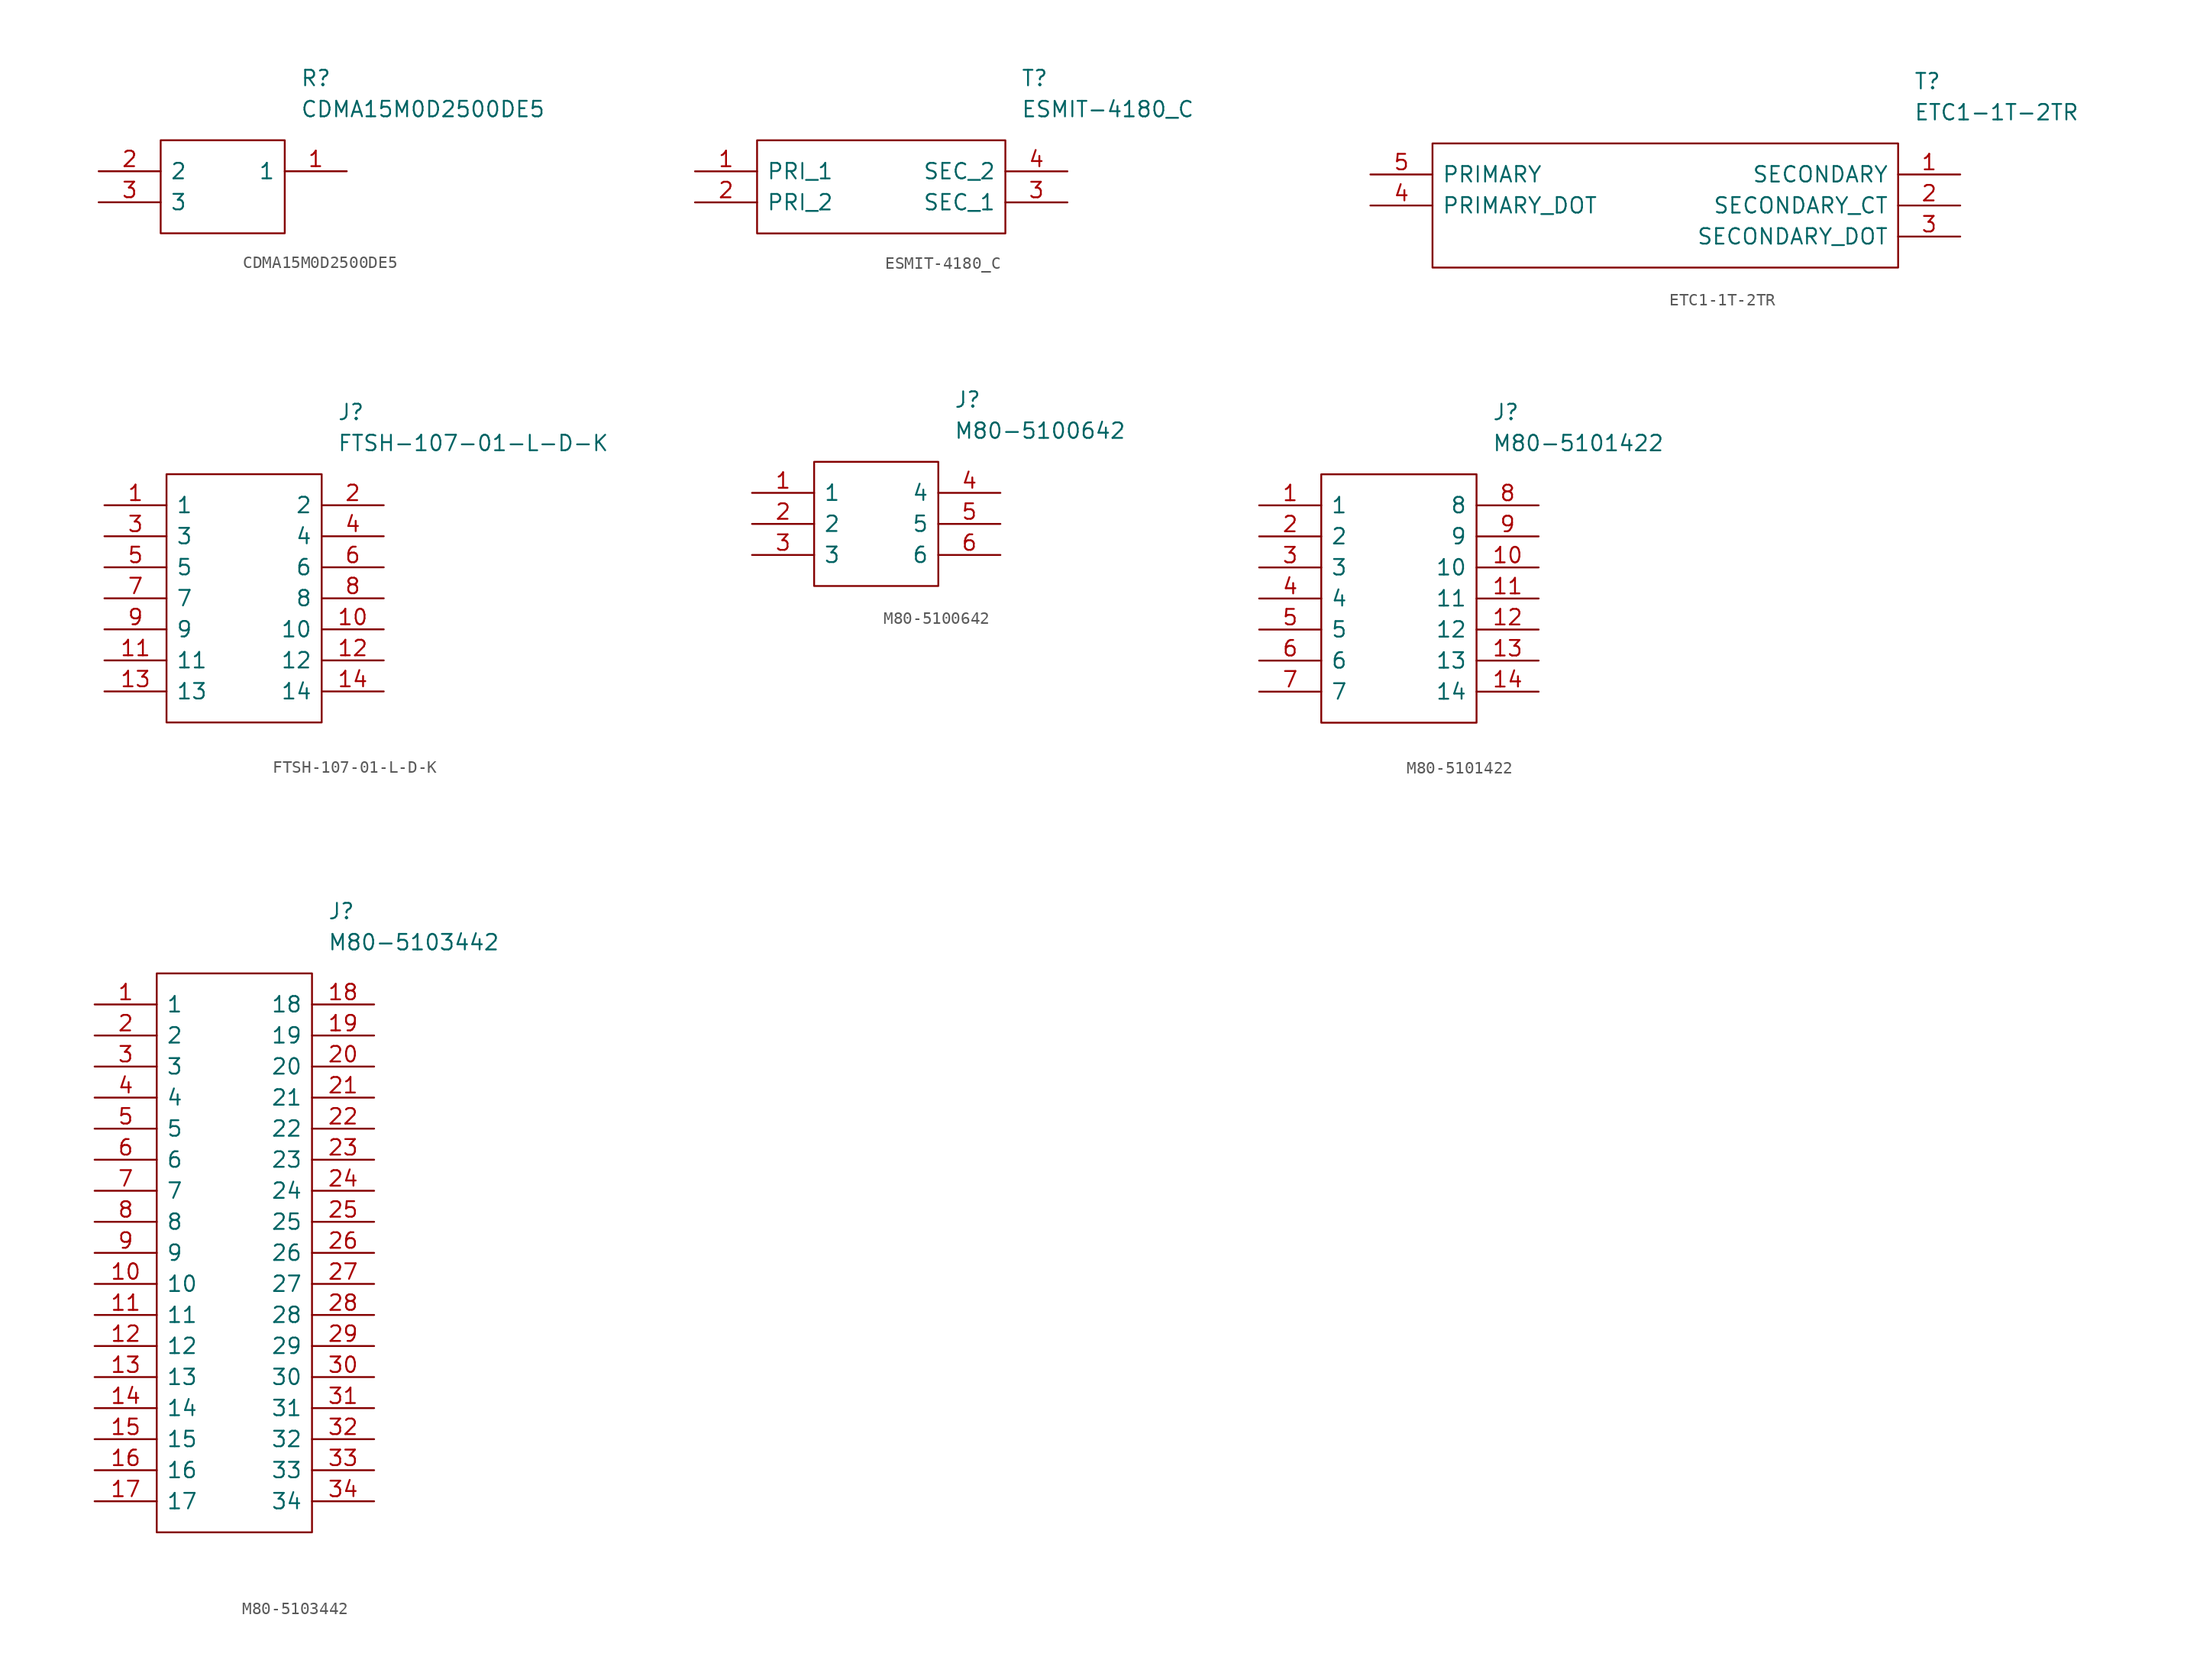
<source format=kicad_sym>
(kicad_symbol_lib
  (version 20241209)
  (generator "kicad_symbol_editor")
  (generator_version "9.0")
  (symbol "CDMA15M0D2500DE5"
    (pin_names
      (offset 0.762))
    (property "Reference" "R"
      (at 16.51 7.62 0)
      (effects (font (size 1.27 1.27)) (justify left)))
    (property "Value" "CDMA15M0D2500DE5"
      (at 16.51 5.08 0)
      (effects (font (size 1.27 1.27)) (justify left)))
    (symbol "CDMA15M0D2500DE5_0_0"
      (pin passive line (at 0 0 0) (length 5.08) (name "2" (effects (font (size 1.27 1.27)))) (number "2" (effects (font (size 1.27 1.27)))))
      (pin passive line (at 0 -2.54 0) (length 5.08) (name "3" (effects (font (size 1.27 1.27)))) (number "3" (effects (font (size 1.27 1.27)))))
      (pin passive line (at 20.32 0 180) (length 5.08) (name "1" (effects (font (size 1.27 1.27)))) (number "1" (effects (font (size 1.27 1.27))))))
    (symbol "CDMA15M0D2500DE5_0_1"
      (polyline (pts (xy 5.08 2.54) (xy 15.24 2.54) (xy 15.24 -5.08) (xy 5.08 -5.08) (xy 5.08 2.54)) (stroke (width 0.152) (type solid)) (fill (type none)))))
  (symbol "ESMIT-4180_C"
    (pin_names
      (offset 0.762))
    (property "Reference" "T"
      (at 26.67 7.62 0)
      (effects (font (size 1.27 1.27)) (justify left)))
    (property "Value" "ESMIT-4180_C"
      (at 26.67 5.08 0)
      (effects (font (size 1.27 1.27)) (justify left)))
    (symbol "ESMIT-4180_C_0_0"
      (pin passive line (at 0 0 0) (length 5.08) (name "PRI_1" (effects (font (size 1.27 1.27)))) (number "1" (effects (font (size 1.27 1.27)))))
      (pin passive line (at 0 -2.54 0) (length 5.08) (name "PRI_2" (effects (font (size 1.27 1.27)))) (number "2" (effects (font (size 1.27 1.27)))))
      (pin passive line (at 30.48 0 180) (length 5.08) (name "SEC_2" (effects (font (size 1.27 1.27)))) (number "4" (effects (font (size 1.27 1.27)))))
      (pin passive line (at 30.48 -2.54 180) (length 5.08) (name "SEC_1" (effects (font (size 1.27 1.27)))) (number "3" (effects (font (size 1.27 1.27))))))
    (symbol "ESMIT-4180_C_0_1"
      (polyline (pts (xy 5.08 2.54) (xy 25.4 2.54) (xy 25.4 -5.08) (xy 5.08 -5.08) (xy 5.08 2.54)) (stroke (width 0.152) (type solid)) (fill (type none)))))
  (symbol "ETC1-1T-2TR"
    (pin_names
      (offset 0.762))
    (property "Reference" "T"
      (at 44.45 7.62 0)
      (effects (font (size 1.27 1.27)) (justify left)))
    (property "Value" "ETC1-1T-2TR"
      (at 44.45 5.08 0)
      (effects (font (size 1.27 1.27)) (justify left)))
    (symbol "ETC1-1T-2TR_0_0"
      (pin passive line (at 0 0 0) (length 5.08) (name "PRIMARY" (effects (font (size 1.27 1.27)))) (number "5" (effects (font (size 1.27 1.27)))))
      (pin passive line (at 0 -2.54 0) (length 5.08) (name "PRIMARY_DOT" (effects (font (size 1.27 1.27)))) (number "4" (effects (font (size 1.27 1.27)))))
      (pin passive line (at 48.26 0 180) (length 5.08) (name "SECONDARY" (effects (font (size 1.27 1.27)))) (number "1" (effects (font (size 1.27 1.27)))))
      (pin passive line (at 48.26 -2.54 180) (length 5.08) (name "SECONDARY_CT" (effects (font (size 1.27 1.27)))) (number "2" (effects (font (size 1.27 1.27)))))
      (pin passive line (at 48.26 -5.08 180) (length 5.08) (name "SECONDARY_DOT" (effects (font (size 1.27 1.27)))) (number "3" (effects (font (size 1.27 1.27))))))
    (symbol "ETC1-1T-2TR_0_1"
      (polyline (pts (xy 5.08 2.54) (xy 43.18 2.54) (xy 43.18 -7.62) (xy 5.08 -7.62) (xy 5.08 2.54)) (stroke (width 0.152) (type solid)) (fill (type none)))))
  (symbol "FTSH-107-01-L-D-K"
    (pin_names
      (offset 0.762))
    (property "Reference" "J"
      (at 19.05 7.62 0)
      (effects (font (size 1.27 1.27)) (justify left)))
    (property "Value" "FTSH-107-01-L-D-K"
      (at 19.05 5.08 0)
      (effects (font (size 1.27 1.27)) (justify left)))
    (symbol "FTSH-107-01-L-D-K_0_0"
      (pin passive line (at 0 0 0) (length 5.08) (name "1" (effects (font (size 1.27 1.27)))) (number "1" (effects (font (size 1.27 1.27)))))
      (pin passive line (at 0 -2.54 0) (length 5.08) (name "3" (effects (font (size 1.27 1.27)))) (number "3" (effects (font (size 1.27 1.27)))))
      (pin passive line (at 0 -5.08 0) (length 5.08) (name "5" (effects (font (size 1.27 1.27)))) (number "5" (effects (font (size 1.27 1.27)))))
      (pin passive line (at 0 -7.62 0) (length 5.08) (name "7" (effects (font (size 1.27 1.27)))) (number "7" (effects (font (size 1.27 1.27)))))
      (pin passive line (at 0 -10.16 0) (length 5.08) (name "9" (effects (font (size 1.27 1.27)))) (number "9" (effects (font (size 1.27 1.27)))))
      (pin passive line (at 0 -12.7 0) (length 5.08) (name "11" (effects (font (size 1.27 1.27)))) (number "11" (effects (font (size 1.27 1.27)))))
      (pin passive line (at 0 -15.24 0) (length 5.08) (name "13" (effects (font (size 1.27 1.27)))) (number "13" (effects (font (size 1.27 1.27)))))
      (pin passive line (at 22.86 0 180) (length 5.08) (name "2" (effects (font (size 1.27 1.27)))) (number "2" (effects (font (size 1.27 1.27)))))
      (pin passive line (at 22.86 -2.54 180) (length 5.08) (name "4" (effects (font (size 1.27 1.27)))) (number "4" (effects (font (size 1.27 1.27)))))
      (pin passive line (at 22.86 -5.08 180) (length 5.08) (name "6" (effects (font (size 1.27 1.27)))) (number "6" (effects (font (size 1.27 1.27)))))
      (pin passive line (at 22.86 -7.62 180) (length 5.08) (name "8" (effects (font (size 1.27 1.27)))) (number "8" (effects (font (size 1.27 1.27)))))
      (pin passive line (at 22.86 -10.16 180) (length 5.08) (name "10" (effects (font (size 1.27 1.27)))) (number "10" (effects (font (size 1.27 1.27)))))
      (pin passive line (at 22.86 -12.7 180) (length 5.08) (name "12" (effects (font (size 1.27 1.27)))) (number "12" (effects (font (size 1.27 1.27)))))
      (pin passive line (at 22.86 -15.24 180) (length 5.08) (name "14" (effects (font (size 1.27 1.27)))) (number "14" (effects (font (size 1.27 1.27))))))
    (symbol "FTSH-107-01-L-D-K_0_1"
      (polyline (pts (xy 5.08 2.54) (xy 17.78 2.54) (xy 17.78 -17.78) (xy 5.08 -17.78) (xy 5.08 2.54)) (stroke (width 0.152) (type solid)) (fill (type none)))))
  (symbol "M80-5100642"
    (pin_names
      (offset 0.762))
    (property "Reference" "J"
      (at 16.51 7.62 0)
      (effects (font (size 1.27 1.27)) (justify left)))
    (property "Value" "M80-5100642"
      (at 16.51 5.08 0)
      (effects (font (size 1.27 1.27)) (justify left)))
    (symbol "M80-5100642_0_0"
      (pin passive line (at 0 0 0) (length 5.08) (name "1" (effects (font (size 1.27 1.27)))) (number "1" (effects (font (size 1.27 1.27)))))
      (pin passive line (at 0 -2.54 0) (length 5.08) (name "2" (effects (font (size 1.27 1.27)))) (number "2" (effects (font (size 1.27 1.27)))))
      (pin passive line (at 0 -5.08 0) (length 5.08) (name "3" (effects (font (size 1.27 1.27)))) (number "3" (effects (font (size 1.27 1.27)))))
      (pin passive line (at 20.32 0 180) (length 5.08) (name "4" (effects (font (size 1.27 1.27)))) (number "4" (effects (font (size 1.27 1.27)))))
      (pin passive line (at 20.32 -2.54 180) (length 5.08) (name "5" (effects (font (size 1.27 1.27)))) (number "5" (effects (font (size 1.27 1.27)))))
      (pin passive line (at 20.32 -5.08 180) (length 5.08) (name "6" (effects (font (size 1.27 1.27)))) (number "6" (effects (font (size 1.27 1.27))))))
    (symbol "M80-5100642_0_1"
      (polyline (pts (xy 5.08 2.54) (xy 15.24 2.54) (xy 15.24 -7.62) (xy 5.08 -7.62) (xy 5.08 2.54)) (stroke (width 0.152) (type solid)) (fill (type none)))))
  (symbol "M80-5101422"
    (pin_names
      (offset 0.762))
    (property "Reference" "J"
      (at 19.05 7.62 0)
      (effects (font (size 1.27 1.27)) (justify left)))
    (property "Value" "M80-5101422"
      (at 19.05 5.08 0)
      (effects (font (size 1.27 1.27)) (justify left)))
    (symbol "M80-5101422_0_0"
      (pin passive line (at 0 0 0) (length 5.08) (name "1" (effects (font (size 1.27 1.27)))) (number "1" (effects (font (size 1.27 1.27)))))
      (pin passive line (at 0 -2.54 0) (length 5.08) (name "2" (effects (font (size 1.27 1.27)))) (number "2" (effects (font (size 1.27 1.27)))))
      (pin passive line (at 0 -5.08 0) (length 5.08) (name "3" (effects (font (size 1.27 1.27)))) (number "3" (effects (font (size 1.27 1.27)))))
      (pin passive line (at 0 -7.62 0) (length 5.08) (name "4" (effects (font (size 1.27 1.27)))) (number "4" (effects (font (size 1.27 1.27)))))
      (pin passive line (at 0 -10.16 0) (length 5.08) (name "5" (effects (font (size 1.27 1.27)))) (number "5" (effects (font (size 1.27 1.27)))))
      (pin passive line (at 0 -12.7 0) (length 5.08) (name "6" (effects (font (size 1.27 1.27)))) (number "6" (effects (font (size 1.27 1.27)))))
      (pin passive line (at 0 -15.24 0) (length 5.08) (name "7" (effects (font (size 1.27 1.27)))) (number "7" (effects (font (size 1.27 1.27)))))
      (pin passive line (at 22.86 0 180) (length 5.08) (name "8" (effects (font (size 1.27 1.27)))) (number "8" (effects (font (size 1.27 1.27)))))
      (pin passive line (at 22.86 -2.54 180) (length 5.08) (name "9" (effects (font (size 1.27 1.27)))) (number "9" (effects (font (size 1.27 1.27)))))
      (pin passive line (at 22.86 -5.08 180) (length 5.08) (name "10" (effects (font (size 1.27 1.27)))) (number "10" (effects (font (size 1.27 1.27)))))
      (pin passive line (at 22.86 -7.62 180) (length 5.08) (name "11" (effects (font (size 1.27 1.27)))) (number "11" (effects (font (size 1.27 1.27)))))
      (pin passive line (at 22.86 -10.16 180) (length 5.08) (name "12" (effects (font (size 1.27 1.27)))) (number "12" (effects (font (size 1.27 1.27)))))
      (pin passive line (at 22.86 -12.7 180) (length 5.08) (name "13" (effects (font (size 1.27 1.27)))) (number "13" (effects (font (size 1.27 1.27)))))
      (pin passive line (at 22.86 -15.24 180) (length 5.08) (name "14" (effects (font (size 1.27 1.27)))) (number "14" (effects (font (size 1.27 1.27))))))
    (symbol "M80-5101422_0_1"
      (polyline (pts (xy 5.08 2.54) (xy 17.78 2.54) (xy 17.78 -17.78) (xy 5.08 -17.78) (xy 5.08 2.54)) (stroke (width 0.152) (type solid)) (fill (type none)))))
  (symbol "M80-5103442"
    (pin_names
      (offset 0.762))
    (property "Reference" "J"
      (at 19.05 7.62 0)
      (effects (font (size 1.27 1.27)) (justify left)))
    (property "Value" "M80-5103442"
      (at 19.05 5.08 0)
      (effects (font (size 1.27 1.27)) (justify left)))
    (symbol "M80-5103442_0_0"
      (pin passive line (at 0 0 0) (length 5.08) (name "1" (effects (font (size 1.27 1.27)))) (number "1" (effects (font (size 1.27 1.27)))))
      (pin passive line (at 0 -2.54 0) (length 5.08) (name "2" (effects (font (size 1.27 1.27)))) (number "2" (effects (font (size 1.27 1.27)))))
      (pin passive line (at 0 -5.08 0) (length 5.08) (name "3" (effects (font (size 1.27 1.27)))) (number "3" (effects (font (size 1.27 1.27)))))
      (pin passive line (at 0 -7.62 0) (length 5.08) (name "4" (effects (font (size 1.27 1.27)))) (number "4" (effects (font (size 1.27 1.27)))))
      (pin passive line (at 0 -10.16 0) (length 5.08) (name "5" (effects (font (size 1.27 1.27)))) (number "5" (effects (font (size 1.27 1.27)))))
      (pin passive line (at 0 -12.7 0) (length 5.08) (name "6" (effects (font (size 1.27 1.27)))) (number "6" (effects (font (size 1.27 1.27)))))
      (pin passive line (at 0 -15.24 0) (length 5.08) (name "7" (effects (font (size 1.27 1.27)))) (number "7" (effects (font (size 1.27 1.27)))))
      (pin passive line (at 0 -17.78 0) (length 5.08) (name "8" (effects (font (size 1.27 1.27)))) (number "8" (effects (font (size 1.27 1.27)))))
      (pin passive line (at 0 -20.32 0) (length 5.08) (name "9" (effects (font (size 1.27 1.27)))) (number "9" (effects (font (size 1.27 1.27)))))
      (pin passive line (at 0 -22.86 0) (length 5.08) (name "10" (effects (font (size 1.27 1.27)))) (number "10" (effects (font (size 1.27 1.27)))))
      (pin passive line (at 0 -25.4 0) (length 5.08) (name "11" (effects (font (size 1.27 1.27)))) (number "11" (effects (font (size 1.27 1.27)))))
      (pin passive line (at 0 -27.94 0) (length 5.08) (name "12" (effects (font (size 1.27 1.27)))) (number "12" (effects (font (size 1.27 1.27)))))
      (pin passive line (at 0 -30.48 0) (length 5.08) (name "13" (effects (font (size 1.27 1.27)))) (number "13" (effects (font (size 1.27 1.27)))))
      (pin passive line (at 0 -33.02 0) (length 5.08) (name "14" (effects (font (size 1.27 1.27)))) (number "14" (effects (font (size 1.27 1.27)))))
      (pin passive line (at 0 -35.56 0) (length 5.08) (name "15" (effects (font (size 1.27 1.27)))) (number "15" (effects (font (size 1.27 1.27)))))
      (pin passive line (at 0 -38.1 0) (length 5.08) (name "16" (effects (font (size 1.27 1.27)))) (number "16" (effects (font (size 1.27 1.27)))))
      (pin passive line (at 0 -40.64 0) (length 5.08) (name "17" (effects (font (size 1.27 1.27)))) (number "17" (effects (font (size 1.27 1.27)))))
      (pin passive line (at 22.86 0 180) (length 5.08) (name "18" (effects (font (size 1.27 1.27)))) (number "18" (effects (font (size 1.27 1.27)))))
      (pin passive line (at 22.86 -2.54 180) (length 5.08) (name "19" (effects (font (size 1.27 1.27)))) (number "19" (effects (font (size 1.27 1.27)))))
      (pin passive line (at 22.86 -5.08 180) (length 5.08) (name "20" (effects (font (size 1.27 1.27)))) (number "20" (effects (font (size 1.27 1.27)))))
      (pin passive line (at 22.86 -7.62 180) (length 5.08) (name "21" (effects (font (size 1.27 1.27)))) (number "21" (effects (font (size 1.27 1.27)))))
      (pin passive line (at 22.86 -10.16 180) (length 5.08) (name "22" (effects (font (size 1.27 1.27)))) (number "22" (effects (font (size 1.27 1.27)))))
      (pin passive line (at 22.86 -12.7 180) (length 5.08) (name "23" (effects (font (size 1.27 1.27)))) (number "23" (effects (font (size 1.27 1.27)))))
      (pin passive line (at 22.86 -15.24 180) (length 5.08) (name "24" (effects (font (size 1.27 1.27)))) (number "24" (effects (font (size 1.27 1.27)))))
      (pin passive line (at 22.86 -17.78 180) (length 5.08) (name "25" (effects (font (size 1.27 1.27)))) (number "25" (effects (font (size 1.27 1.27)))))
      (pin passive line (at 22.86 -20.32 180) (length 5.08) (name "26" (effects (font (size 1.27 1.27)))) (number "26" (effects (font (size 1.27 1.27)))))
      (pin passive line (at 22.86 -22.86 180) (length 5.08) (name "27" (effects (font (size 1.27 1.27)))) (number "27" (effects (font (size 1.27 1.27)))))
      (pin passive line (at 22.86 -25.4 180) (length 5.08) (name "28" (effects (font (size 1.27 1.27)))) (number "28" (effects (font (size 1.27 1.27)))))
      (pin passive line (at 22.86 -27.94 180) (length 5.08) (name "29" (effects (font (size 1.27 1.27)))) (number "29" (effects (font (size 1.27 1.27)))))
      (pin passive line (at 22.86 -30.48 180) (length 5.08) (name "30" (effects (font (size 1.27 1.27)))) (number "30" (effects (font (size 1.27 1.27)))))
      (pin passive line (at 22.86 -33.02 180) (length 5.08) (name "31" (effects (font (size 1.27 1.27)))) (number "31" (effects (font (size 1.27 1.27)))))
      (pin passive line (at 22.86 -35.56 180) (length 5.08) (name "32" (effects (font (size 1.27 1.27)))) (number "32" (effects (font (size 1.27 1.27)))))
      (pin passive line (at 22.86 -38.1 180) (length 5.08) (name "33" (effects (font (size 1.27 1.27)))) (number "33" (effects (font (size 1.27 1.27)))))
      (pin passive line (at 22.86 -40.64 180) (length 5.08) (name "34" (effects (font (size 1.27 1.27)))) (number "34" (effects (font (size 1.27 1.27))))))
    (symbol "M80-5103442_0_1"
      (polyline (pts (xy 5.08 2.54) (xy 17.78 2.54) (xy 17.78 -43.18) (xy 5.08 -43.18) (xy 5.08 2.54)) (stroke (width 0.152) (type solid)) (fill (type none))))))
</source>
